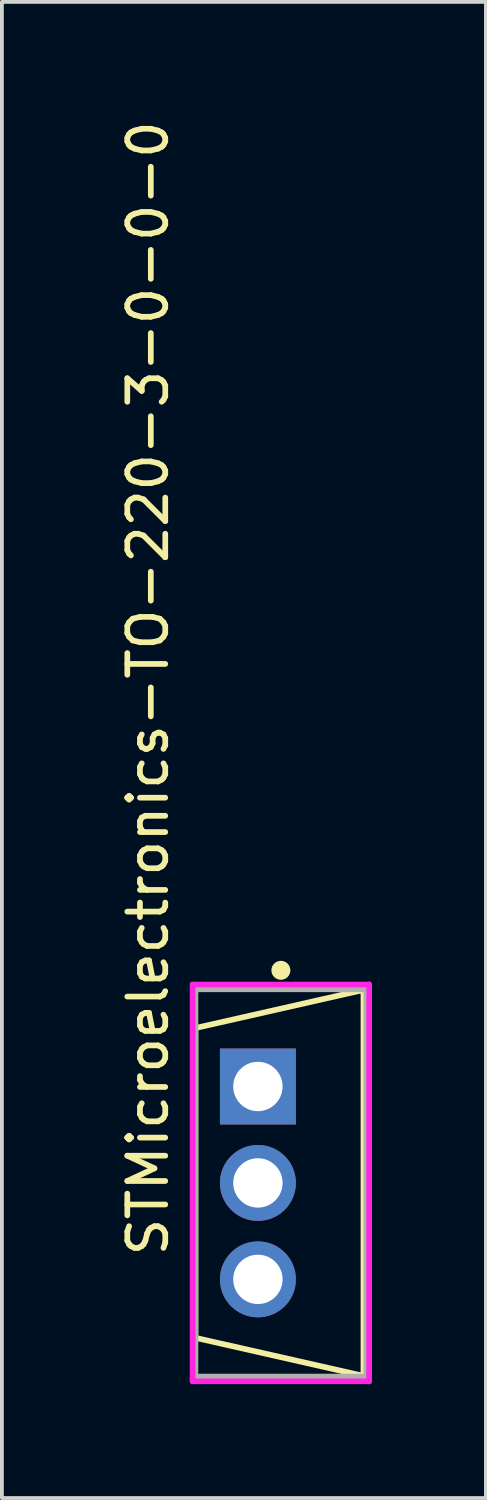
<source format=kicad_pcb>
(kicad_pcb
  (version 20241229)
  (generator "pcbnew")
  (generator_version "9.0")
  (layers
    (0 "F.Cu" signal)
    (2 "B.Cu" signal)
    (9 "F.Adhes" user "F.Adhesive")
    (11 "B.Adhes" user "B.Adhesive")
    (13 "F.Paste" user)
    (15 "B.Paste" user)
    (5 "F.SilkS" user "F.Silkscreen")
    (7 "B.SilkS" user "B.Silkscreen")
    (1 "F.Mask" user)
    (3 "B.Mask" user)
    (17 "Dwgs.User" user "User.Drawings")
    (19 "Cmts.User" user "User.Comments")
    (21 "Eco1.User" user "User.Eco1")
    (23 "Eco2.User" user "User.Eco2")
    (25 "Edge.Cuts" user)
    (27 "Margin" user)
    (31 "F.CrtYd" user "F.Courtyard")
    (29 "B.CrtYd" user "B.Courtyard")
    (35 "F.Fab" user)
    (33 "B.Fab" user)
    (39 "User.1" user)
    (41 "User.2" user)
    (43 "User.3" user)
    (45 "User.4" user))
  (footprint "STMicroelectronics-TO-220-3-0-0-0"
    (layer "F.Cu")
    (at 4.348 28.107)
    (property "Reference" "STMicroelectronics-TO-220-3-0-0-0" (at -3.5 2 90) (layer "F.SilkS") (effects (font (size 1 1) (thickness 0.15)) (justify left)))
    (attr through_hole)
    (fp_line (start -2.25 -4.08) (end -2.25 4.08) (stroke (width 0.15) (type solid)) (layer "F.SilkS"))
    (fp_line (start -2.25 4.08) (end 2.25 5.1) (stroke (width 0.15) (type solid)) (layer "F.SilkS"))
    (fp_line (start 2.25 -5.1) (end -2.25 -4.08) (stroke (width 0.15) (type solid)) (layer "F.SilkS"))
    (fp_line (start 2.25 5.05) (end 2.25 -5.05) (stroke (width 0.3) (type solid)) (layer "F.SilkS"))
    (fp_circle (center 0 -5.6) (end 0.125 -5.6) (stroke (width 0.25) (type solid)) (fill no) (layer "F.SilkS"))
    (fp_line (start -2.325 -5.225) (end -2.325 5.225) (stroke (width 0.15) (type solid)) (layer "F.CrtYd"))
    (fp_line (start -2.325 5.225) (end 2.325 5.225) (stroke (width 0.15) (type solid)) (layer "F.CrtYd"))
    (fp_line (start 2.325 -5.225) (end -2.325 -5.225) (stroke (width 0.15) (type solid)) (layer "F.CrtYd"))
    (fp_line (start 2.325 -5.225) (end 2.325 -5.225) (stroke (width 0.15) (type solid)) (layer "F.CrtYd"))
    (fp_line (start 2.325 5.225) (end 2.325 -5.225) (stroke (width 0.15) (type solid)) (layer "F.CrtYd"))
    (fp_line (start -2.25 -5.1) (end 2.25 -5.1) (stroke (width 0.15) (type solid)) (layer "F.Fab"))
    (fp_line (start -2.25 5.1) (end -2.25 -5.1) (stroke (width 0.15) (type solid)) (layer "F.Fab"))
    (fp_line (start 2.25 -5.1) (end 2.25 5.1) (stroke (width 0.15) (type solid)) (layer "F.Fab"))
    (fp_line (start 2.25 5.1) (end -2.25 5.1) (stroke (width 0.15) (type solid)) (layer "F.Fab"))
    (pad "1" thru_hole rect (at -0.605 -2.54) (size 2 2) (drill 1.3) (layers "*.Cu"))
    (pad "2" thru_hole circle (at -0.605 0) (size 2 2) (drill 1.3) (layers "*.Cu"))
    (pad "3" thru_hole circle (at -0.605 2.54) (size 2 2) (drill 1.3) (layers "*.Cu")))
  (gr_rect
    (start -3 -3)
    (end 9.748 36.407)
    (stroke (width 0.1) (type default))
    (fill no)
    (layer "Edge.Cuts")))
</source>
